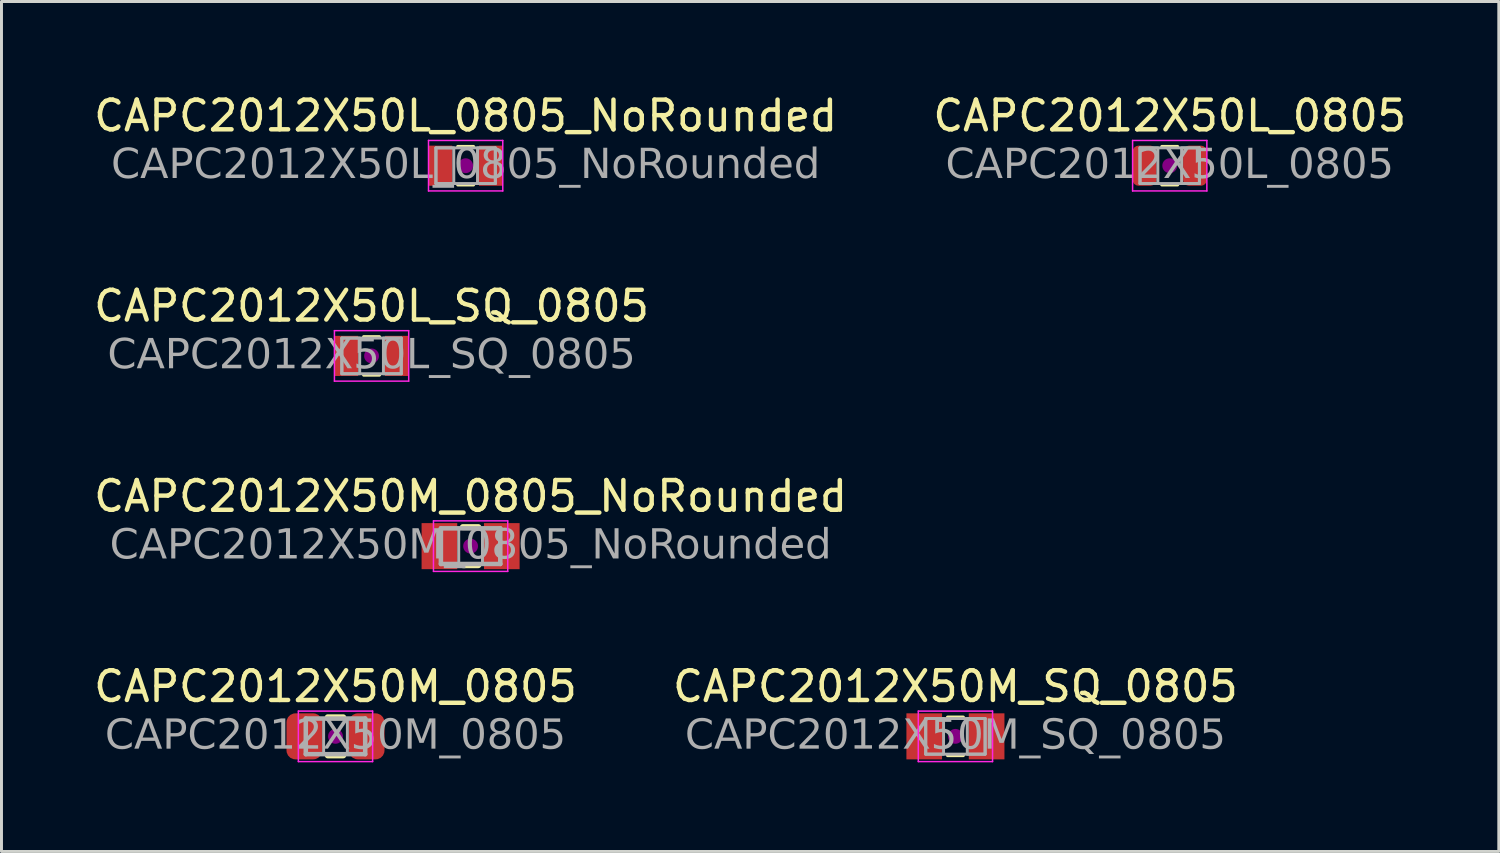
<source format=kicad_pcb>
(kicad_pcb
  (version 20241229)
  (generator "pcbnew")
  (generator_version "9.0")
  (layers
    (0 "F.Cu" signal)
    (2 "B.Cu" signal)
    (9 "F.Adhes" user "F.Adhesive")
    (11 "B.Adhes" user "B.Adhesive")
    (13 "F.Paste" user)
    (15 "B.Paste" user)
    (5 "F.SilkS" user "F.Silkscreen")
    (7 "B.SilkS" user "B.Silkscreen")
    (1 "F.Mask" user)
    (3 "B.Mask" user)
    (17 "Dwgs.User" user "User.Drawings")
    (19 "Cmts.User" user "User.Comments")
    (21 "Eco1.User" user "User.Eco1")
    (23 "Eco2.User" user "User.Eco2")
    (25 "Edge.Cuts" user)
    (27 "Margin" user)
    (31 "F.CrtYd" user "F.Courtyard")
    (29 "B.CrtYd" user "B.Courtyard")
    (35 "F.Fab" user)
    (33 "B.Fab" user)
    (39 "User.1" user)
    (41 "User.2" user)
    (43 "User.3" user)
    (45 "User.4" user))
  (footprint "CAPC2012X50M_0805"
    (layer "F.Cu")
    (at 8.244 21.738)
    (property "Reference" "CAPC2012X50M_0805" (at 0 -1.68 0) (layer "F.SilkS") (effects (font (size 1 1) (thickness 0.15))))
    (attr smd)
    (fp_line (start -0.261 -0.64) (end 0.261 -0.64) (stroke (width 0.203) (type solid)) (layer "F.SilkS"))
    (fp_line (start -0.261 0.64) (end 0.261 0.64) (stroke (width 0.203) (type solid)) (layer "F.SilkS"))
    (fp_circle (center 0 0) (end 0.25 0) (stroke (width 0) (type solid)) (fill yes) (layer "F.Adhes"))
    (fp_line (start -1.25 -0.85) (end 1.25 -0.85) (stroke (width 0.05) (type solid)) (layer "F.CrtYd"))
    (fp_line (start -1.25 0.85) (end -1.25 -0.85) (stroke (width 0.05) (type solid)) (layer "F.CrtYd"))
    (fp_line (start 1.25 -0.85) (end 1.25 0.85) (stroke (width 0.05) (type solid)) (layer "F.CrtYd"))
    (fp_line (start 1.25 0.85) (end -1.25 0.85) (stroke (width 0.05) (type solid)) (layer "F.CrtYd"))
    (fp_line (start -1 -0.6) (end 1 -0.6) (stroke (width 0.152) (type solid)) (layer "F.Fab"))
    (fp_line (start -1 0.6) (end -1 -0.6) (stroke (width 0.152) (type solid)) (layer "F.Fab"))
    (fp_line (start 1 -0.6) (end 1 0.6) (stroke (width 0.152) (type solid)) (layer "F.Fab"))
    (fp_line (start 1 0.6) (end -1 0.6) (stroke (width 0.152) (type solid)) (layer "F.Fab"))
    (fp_rect (start -1 -0.6) (end -0.4 0.6) (stroke (width 0.1) (type solid)) (fill no) (layer "F.Fab"))
    (fp_rect (start 0.4 -0.6) (end 1 0.6) (stroke (width 0.1) (type solid)) (fill no) (layer "F.Fab"))
    (fp_text user "${REFERENCE}" (at 0 0 0) (layer "F.Fab") (effects (font (face "Tahoma") (size 1 1) (thickness 0.15))))
    (pad "1" smd roundrect (at -1.05 0) (size 1.2 1.55) (layers "F.Cu" "F.Mask" "F.Paste") (roundrect_rratio 0.25))
    (pad "2" smd roundrect (at 1.05 0) (size 1.2 1.55) (layers "F.Cu" "F.Mask" "F.Paste") (roundrect_rratio 0.25)))
  (footprint "CAPC2012X50M_SQ_0805"
    (layer "F.Cu")
    (at 29.113 21.738)
    (property "Reference" "CAPC2012X50M_SQ_0805" (at 0 -1.68 0) (layer "F.SilkS") (effects (font (size 1 1) (thickness 0.15))))
    (attr smd)
    (fp_line (start -0.261 -0.64) (end 0.261 -0.64) (stroke (width 0.12) (type solid)) (layer "F.SilkS"))
    (fp_line (start -0.261 0.64) (end 0.261 0.64) (stroke (width 0.12) (type solid)) (layer "F.SilkS"))
    (fp_circle (center 0 0) (end 0.25 0) (stroke (width 0) (type solid)) (fill yes) (layer "F.Adhes"))
    (fp_line (start -1.25 -0.85) (end 1.25 -0.85) (stroke (width 0.05) (type solid)) (layer "F.CrtYd"))
    (fp_line (start -1.25 0.85) (end -1.25 -0.85) (stroke (width 0.05) (type solid)) (layer "F.CrtYd"))
    (fp_line (start 1.25 -0.85) (end 1.25 0.85) (stroke (width 0.05) (type solid)) (layer "F.CrtYd"))
    (fp_line (start 1.25 0.85) (end -1.25 0.85) (stroke (width 0.05) (type solid)) (layer "F.CrtYd"))
    (fp_line (start -1 -0.6) (end 1 -0.6) (stroke (width 0.1) (type solid)) (layer "F.Fab"))
    (fp_line (start -1 0.6) (end -1 -0.6) (stroke (width 0.1) (type solid)) (layer "F.Fab"))
    (fp_line (start 1 -0.6) (end 1 0.6) (stroke (width 0.1) (type solid)) (layer "F.Fab"))
    (fp_line (start 1 0.6) (end -1 0.6) (stroke (width 0.1) (type solid)) (layer "F.Fab"))
    (fp_rect (start -1 -0.6) (end -0.4 0.6) (stroke (width 0.1) (type solid)) (fill no) (layer "F.Fab"))
    (fp_rect (start 0.4 -0.6) (end 1 0.6) (stroke (width 0.1) (type solid)) (fill no) (layer "F.Fab"))
    (fp_text user "${REFERENCE}" (at 0 0 0) (layer "F.Fab") (effects (font (face "Tahoma") (size 1 1) (thickness 0.15))))
    (pad "1" smd rect (at -1.05 0) (size 1.2 1.55) (layers "F.Cu" "F.Mask" "F.Paste"))
    (pad "2" smd rect (at 1.05 0) (size 1.2 1.55) (layers "F.Cu" "F.Mask" "F.Paste")))
  (footprint "CAPC2012X50L_0805_NoRounded"
    (layer "F.Cu")
    (at 12.625 2.528)
    (property "Reference" "CAPC2012X50L_0805_NoRounded" (at 0 -1.68 0) (layer "F.SilkS") (effects (font (size 1 1) (thickness 0.15))))
    (attr smd)
    (fp_line (start -0.261 -0.64) (end 0.261 -0.64) (stroke (width 0.12) (type solid)) (layer "F.SilkS"))
    (fp_line (start -0.261 0.64) (end 0.261 0.64) (stroke (width 0.12) (type solid)) (layer "F.SilkS"))
    (fp_circle (center 0 0) (end 0.25 0) (stroke (width 0) (type solid)) (fill yes) (layer "F.Adhes"))
    (fp_line (start -1.25 -0.85) (end 1.25 -0.85) (stroke (width 0.05) (type solid)) (layer "F.CrtYd"))
    (fp_line (start -1.25 0.85) (end -1.25 -0.85) (stroke (width 0.05) (type solid)) (layer "F.CrtYd"))
    (fp_line (start 1.25 -0.85) (end 1.25 0.85) (stroke (width 0.05) (type solid)) (layer "F.CrtYd"))
    (fp_line (start 1.25 0.85) (end -1.25 0.85) (stroke (width 0.05) (type solid)) (layer "F.CrtYd"))
    (fp_line (start -1 -0.6) (end 1 -0.6) (stroke (width 0.1) (type solid)) (layer "F.Fab"))
    (fp_line (start -1 0.6) (end -1 -0.6) (stroke (width 0.1) (type solid)) (layer "F.Fab"))
    (fp_line (start 1 -0.6) (end 1 0.6) (stroke (width 0.1) (type solid)) (layer "F.Fab"))
    (fp_line (start 1 0.6) (end -1 0.6) (stroke (width 0.1) (type solid)) (layer "F.Fab"))
    (fp_rect (start -1 -0.6) (end -0.4 0.6) (stroke (width 0.1) (type solid)) (fill no) (layer "F.Fab"))
    (fp_rect (start 0.4 -0.6) (end 1 0.6) (stroke (width 0.1) (type solid)) (fill no) (layer "F.Fab"))
    (fp_text user "${REFERENCE}" (at 0 0 0) (layer "F.Fab") (effects (font (face "Tahoma") (size 1 1) (thickness 0.15))))
    (pad "1" smd rect (at -0.85 0) (size 0.8 1.35) (layers "F.Cu" "F.Mask" "F.Paste"))
    (pad "2" smd rect (at 0.85 0) (size 0.8 1.35) (layers "F.Cu" "F.Mask" "F.Paste")))
  (footprint "CAPC2012X50L_SQ_0805"
    (layer "F.Cu")
    (at 9.458 8.931)
    (property "Reference" "CAPC2012X50L_SQ_0805" (at 0 -1.68 0) (layer "F.SilkS") (effects (font (size 1 1) (thickness 0.15))))
    (attr smd)
    (fp_line (start -0.261 -0.64) (end 0.261 -0.64) (stroke (width 0.12) (type solid)) (layer "F.SilkS"))
    (fp_line (start -0.261 0.64) (end 0.261 0.64) (stroke (width 0.12) (type solid)) (layer "F.SilkS"))
    (fp_circle (center 0 0) (end 0.25 0) (stroke (width 0) (type solid)) (fill yes) (layer "F.Adhes"))
    (fp_line (start -1.25 -0.85) (end 1.25 -0.85) (stroke (width 0.05) (type solid)) (layer "F.CrtYd"))
    (fp_line (start -1.25 0.85) (end -1.25 -0.85) (stroke (width 0.05) (type solid)) (layer "F.CrtYd"))
    (fp_line (start 1.25 -0.85) (end 1.25 0.85) (stroke (width 0.05) (type solid)) (layer "F.CrtYd"))
    (fp_line (start 1.25 0.85) (end -1.25 0.85) (stroke (width 0.05) (type solid)) (layer "F.CrtYd"))
    (fp_line (start -1 -0.6) (end 1 -0.6) (stroke (width 0.1) (type solid)) (layer "F.Fab"))
    (fp_line (start -1 0.6) (end -1 -0.6) (stroke (width 0.1) (type solid)) (layer "F.Fab"))
    (fp_line (start 1 -0.6) (end 1 0.6) (stroke (width 0.1) (type solid)) (layer "F.Fab"))
    (fp_line (start 1 0.6) (end -1 0.6) (stroke (width 0.1) (type solid)) (layer "F.Fab"))
    (fp_rect (start -1 -0.6) (end -0.4 0.6) (stroke (width 0.1) (type solid)) (fill no) (layer "F.Fab"))
    (fp_rect (start 0.4 -0.6) (end 1 0.6) (stroke (width 0.1) (type solid)) (fill no) (layer "F.Fab"))
    (fp_text user "${REFERENCE}" (at 0 0 0) (layer "F.Fab") (effects (font (face "Tahoma") (size 1 1) (thickness 0.15))))
    (pad "1" smd rect (at -0.85 0) (size 0.8 1.35) (layers "F.Cu" "F.Mask" "F.Paste"))
    (pad "2" smd rect (at 0.85 0) (size 0.8 1.35) (layers "F.Cu" "F.Mask" "F.Paste")))
  (footprint "CAPC2012X50M_0805_NoRounded"
    (layer "F.Cu")
    (at 12.792 15.335)
    (property "Reference" "CAPC2012X50M_0805_NoRounded" (at 0 -1.68 0) (layer "F.SilkS") (effects (font (size 1 1) (thickness 0.15))))
    (attr smd)
    (fp_line (start -0.261 -0.64) (end 0.261 -0.64) (stroke (width 0.203) (type solid)) (layer "F.SilkS"))
    (fp_line (start -0.261 0.64) (end 0.261 0.64) (stroke (width 0.203) (type solid)) (layer "F.SilkS"))
    (fp_circle (center 0 0) (end 0.25 0) (stroke (width 0) (type solid)) (fill yes) (layer "F.Adhes"))
    (fp_line (start -1.25 -0.85) (end 1.25 -0.85) (stroke (width 0.05) (type solid)) (layer "F.CrtYd"))
    (fp_line (start -1.25 0.85) (end -1.25 -0.85) (stroke (width 0.05) (type solid)) (layer "F.CrtYd"))
    (fp_line (start 1.25 -0.85) (end 1.25 0.85) (stroke (width 0.05) (type solid)) (layer "F.CrtYd"))
    (fp_line (start 1.25 0.85) (end -1.25 0.85) (stroke (width 0.05) (type solid)) (layer "F.CrtYd"))
    (fp_line (start -1 -0.6) (end 1 -0.6) (stroke (width 0.152) (type solid)) (layer "F.Fab"))
    (fp_line (start -1 0.6) (end -1 -0.6) (stroke (width 0.152) (type solid)) (layer "F.Fab"))
    (fp_line (start 1 -0.6) (end 1 0.6) (stroke (width 0.152) (type solid)) (layer "F.Fab"))
    (fp_line (start 1 0.6) (end -1 0.6) (stroke (width 0.152) (type solid)) (layer "F.Fab"))
    (fp_rect (start -1 -0.6) (end -0.4 0.6) (stroke (width 0.1) (type solid)) (fill no) (layer "F.Fab"))
    (fp_rect (start 0.4 -0.6) (end 1 0.6) (stroke (width 0.1) (type solid)) (fill no) (layer "F.Fab"))
    (fp_text user "${REFERENCE}" (at 0 0 0) (layer "F.Fab") (effects (font (face "Tahoma") (size 1 1) (thickness 0.15))))
    (pad "1" smd rect (at -1.05 0) (size 1.2 1.55) (layers "F.Cu" "F.Mask" "F.Paste"))
    (pad "2" smd rect (at 1.05 0) (size 1.2 1.55) (layers "F.Cu" "F.Mask" "F.Paste")))
  (footprint "CAPC2012X50L_0805"
    (layer "F.Cu")
    (at 36.327 2.528)
    (property "Reference" "CAPC2012X50L_0805" (at 0 -1.68 0) (layer "F.SilkS") (effects (font (size 1 1) (thickness 0.15))))
    (attr smd)
    (fp_line (start -0.261 -0.64) (end 0.261 -0.64) (stroke (width 0.12) (type solid)) (layer "F.SilkS"))
    (fp_line (start -0.261 0.64) (end 0.261 0.64) (stroke (width 0.12) (type solid)) (layer "F.SilkS"))
    (fp_circle (center 0 0) (end 0.25 0) (stroke (width 0) (type solid)) (fill yes) (layer "F.Adhes"))
    (fp_line (start -1.25 -0.85) (end 1.25 -0.85) (stroke (width 0.05) (type solid)) (layer "F.CrtYd"))
    (fp_line (start -1.25 0.85) (end -1.25 -0.85) (stroke (width 0.05) (type solid)) (layer "F.CrtYd"))
    (fp_line (start 1.25 -0.85) (end 1.25 0.85) (stroke (width 0.05) (type solid)) (layer "F.CrtYd"))
    (fp_line (start 1.25 0.85) (end -1.25 0.85) (stroke (width 0.05) (type solid)) (layer "F.CrtYd"))
    (fp_line (start -1 -0.6) (end 1 -0.6) (stroke (width 0.1) (type solid)) (layer "F.Fab"))
    (fp_line (start -1 0.6) (end -1 -0.6) (stroke (width 0.1) (type solid)) (layer "F.Fab"))
    (fp_line (start 1 -0.6) (end 1 0.6) (stroke (width 0.1) (type solid)) (layer "F.Fab"))
    (fp_line (start 1 0.6) (end -1 0.6) (stroke (width 0.1) (type solid)) (layer "F.Fab"))
    (fp_rect (start -1 -0.6) (end -0.4 0.6) (stroke (width 0.1) (type solid)) (fill no) (layer "F.Fab"))
    (fp_rect (start 0.4 -0.6) (end 1 0.6) (stroke (width 0.1) (type solid)) (fill no) (layer "F.Fab"))
    (fp_text user "${REFERENCE}" (at 0 0 0) (layer "F.Fab") (effects (font (face "Tahoma") (size 1 1) (thickness 0.15))))
    (pad "1" smd roundrect (at -0.85 0) (size 0.8 1.35) (layers "F.Cu" "F.Mask" "F.Paste") (roundrect_rratio 0.25))
    (pad "2" smd roundrect (at 0.85 0) (size 0.8 1.35) (layers "F.Cu" "F.Mask" "F.Paste") (roundrect_rratio 0.25)))
  (gr_rect
    (start -3 -3)
    (end 47.405 25.613)
    (stroke (width 0.1) (type default))
    (fill no)
    (layer "Edge.Cuts")))
</source>
